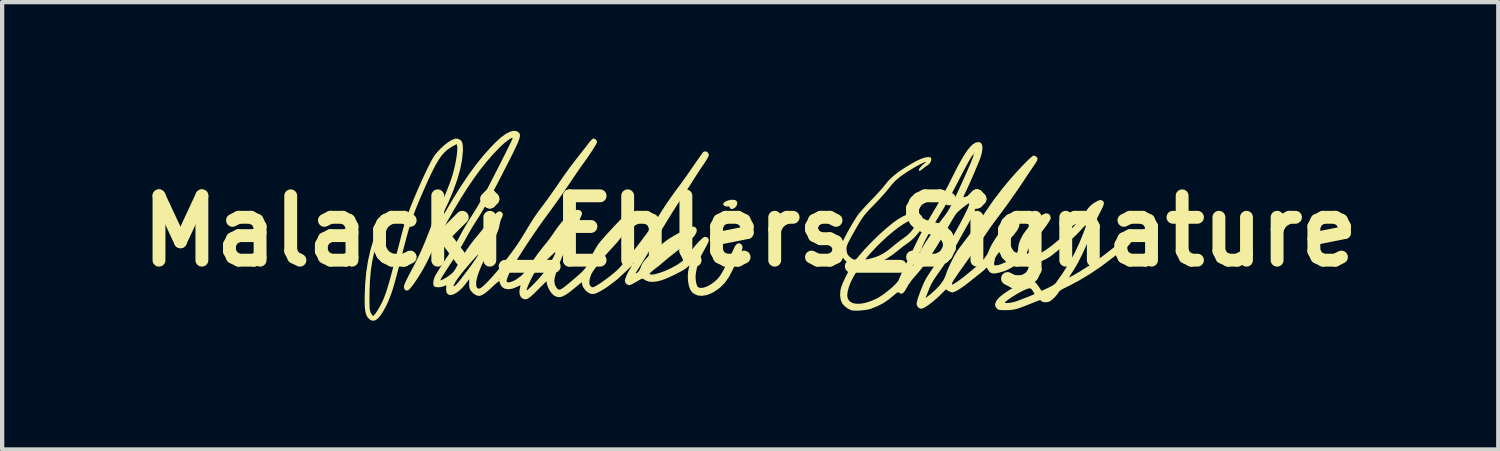
<source format=kicad_pcb>
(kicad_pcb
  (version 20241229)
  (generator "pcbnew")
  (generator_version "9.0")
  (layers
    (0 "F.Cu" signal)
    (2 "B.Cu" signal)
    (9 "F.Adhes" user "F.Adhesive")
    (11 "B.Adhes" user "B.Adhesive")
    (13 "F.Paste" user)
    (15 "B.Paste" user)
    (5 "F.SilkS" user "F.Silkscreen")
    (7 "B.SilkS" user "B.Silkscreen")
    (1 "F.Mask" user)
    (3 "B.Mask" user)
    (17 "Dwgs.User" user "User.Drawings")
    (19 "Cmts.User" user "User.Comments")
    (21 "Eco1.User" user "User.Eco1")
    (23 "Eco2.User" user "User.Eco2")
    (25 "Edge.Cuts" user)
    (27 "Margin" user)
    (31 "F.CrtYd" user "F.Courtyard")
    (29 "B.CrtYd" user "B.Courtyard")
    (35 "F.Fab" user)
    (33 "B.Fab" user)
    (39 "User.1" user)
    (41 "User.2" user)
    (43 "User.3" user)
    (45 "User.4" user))
  (footprint "Malacki_Ehlers_Signature"
    (layer "F.Cu")
    (at 14.443 2.338)
    (property "Reference" "Malacki_Ehlers_Signature" (at 0 0 0) (layer "F.SilkS") (effects (font (size 1.5 1.5) (thickness 0.3))))
    (attr board_only exclude_from_pos_files exclude_from_bom)
    (fp_poly (pts (xy -0.346 -0.721) (xy -0.311 -0.692) (xy -0.302 -0.644) (xy -0.306 -0.621) (xy -0.328 -0.575) (xy -0.363 -0.539) (xy -0.403 -0.518) (xy -0.441 -0.514) (xy -0.469 -0.531) (xy -0.477 -0.549) (xy -0.49 -0.573) (xy -0.519 -0.576) (xy -0.532 -0.573) (xy -0.573 -0.575) (xy -0.61 -0.593) (xy -0.63 -0.621) (xy -0.631 -0.628) (xy -0.615 -0.661) (xy -0.573 -0.692) (xy -0.514 -0.715) (xy -0.445 -0.729) (xy -0.408 -0.731)) (stroke (width 0) (type solid)) (fill yes) (layer "F.SilkS"))
    (fp_poly (pts (xy 5.369 -2.062) (xy 5.388 -2.046) (xy 5.41 -1.999) (xy 5.415 -1.928) (xy 5.403 -1.837) (xy 5.374 -1.73) (xy 5.368 -1.71) (xy 5.347 -1.655) (xy 5.315 -1.575) (xy 5.275 -1.479) (xy 5.229 -1.37) (xy 5.18 -1.257) (xy 5.13 -1.145) (xy 5.083 -1.04) (xy 5.041 -0.948) (xy 5.007 -0.877) (xy 4.999 -0.861) (xy 4.98 -0.819) (xy 4.971 -0.792) (xy 4.971 -0.787) (xy 4.989 -0.79) (xy 5.028 -0.803) (xy 5.082 -0.823) (xy 5.082 -0.823) (xy 5.139 -0.845) (xy 5.175 -0.855) (xy 5.199 -0.853) (xy 5.223 -0.842) (xy 5.226 -0.84) (xy 5.265 -0.795) (xy 5.283 -0.728) (xy 5.28 -0.642) (xy 5.258 -0.54) (xy 5.216 -0.424) (xy 5.156 -0.299) (xy 5.121 -0.237) (xy 5.089 -0.181) (xy 5.046 -0.105) (xy 4.996 -0.017) (xy 4.946 0.074) (xy 4.927 0.108) (xy 4.839 0.268) (xy 4.762 0.404) (xy 4.691 0.523) (xy 4.624 0.632) (xy 4.556 0.737) (xy 4.483 0.844) (xy 4.444 0.9) (xy 4.374 0.998) (xy 4.321 1.075) (xy 4.279 1.138) (xy 4.246 1.192) (xy 4.218 1.244) (xy 4.192 1.301) (xy 4.164 1.368) (xy 4.131 1.452) (xy 4.118 1.484) (xy 4.086 1.564) (xy 4.188 1.484) (xy 4.318 1.371) (xy 4.424 1.258) (xy 4.504 1.147) (xy 4.554 1.041) (xy 4.56 1.022) (xy 4.584 0.95) (xy 4.622 0.859) (xy 4.668 0.758) (xy 4.719 0.656) (xy 4.769 0.56) (xy 4.816 0.481) (xy 4.845 0.437) (xy 4.877 0.394) (xy 4.924 0.332) (xy 4.981 0.256) (xy 5.044 0.174) (xy 5.087 0.117) (xy 5.151 0.031) (xy 5.228 -0.075) (xy 5.31 -0.192) (xy 5.393 -0.312) (xy 5.471 -0.427) (xy 5.488 -0.453) (xy 5.675 -0.723) (xy 5.877 -0.987) (xy 5.967 -1.097) (xy 6.061 -1.208) (xy 6.156 -1.316) (xy 6.25 -1.419) (xy 6.338 -1.514) (xy 6.42 -1.597) (xy 6.49 -1.667) (xy 6.548 -1.719) (xy 6.59 -1.751) (xy 6.611 -1.761) (xy 6.647 -1.751) (xy 6.664 -1.74) (xy 6.69 -1.713) (xy 6.699 -1.684) (xy 6.689 -1.645) (xy 6.66 -1.593) (xy 6.62 -1.533) (xy 6.577 -1.471) (xy 6.523 -1.391) (xy 6.462 -1.301) (xy 6.402 -1.21) (xy 6.384 -1.182) (xy 6.273 -1.017) (xy 6.151 -0.84) (xy 6.025 -0.662) (xy 5.901 -0.491) (xy 5.786 -0.337) (xy 5.77 -0.316) (xy 5.703 -0.227) (xy 5.629 -0.125) (xy 5.558 -0.024) (xy 5.513 0.042) (xy 5.466 0.111) (xy 5.411 0.191) (xy 5.347 0.283) (xy 5.273 0.39) (xy 5.186 0.513) (xy 5.085 0.657) (xy 4.967 0.823) (xy 4.858 0.977) (xy 4.791 1.074) (xy 4.743 1.147) (xy 4.714 1.198) (xy 4.701 1.23) (xy 4.705 1.245) (xy 4.712 1.246) (xy 4.737 1.236) (xy 4.782 1.21) (xy 4.841 1.171) (xy 4.906 1.124) (xy 4.973 1.073) (xy 5.017 1.038) (xy 5.087 0.98) (xy 5.164 0.917) (xy 5.233 0.861) (xy 5.248 0.849) (xy 5.362 0.748) (xy 5.456 0.644) (xy 5.526 0.542) (xy 5.565 0.456) (xy 5.598 0.379) (xy 5.647 0.287) (xy 5.708 0.188) (xy 5.776 0.09) (xy 5.844 0.002) (xy 5.885 -0.045) (xy 5.947 -0.106) (xy 6.016 -0.166) (xy 6.082 -0.218) (xy 6.139 -0.256) (xy 6.17 -0.271) (xy 6.214 -0.273) (xy 6.252 -0.248) (xy 6.275 -0.204) (xy 6.279 -0.173) (xy 6.272 -0.118) (xy 6.249 -0.059) (xy 6.207 0.009) (xy 6.143 0.091) (xy 6.102 0.138) (xy 5.994 0.263) (xy 5.906 0.365) (xy 5.836 0.449) (xy 5.784 0.515) (xy 5.747 0.567) (xy 5.722 0.606) (xy 5.709 0.636) (xy 5.706 0.648) (xy 5.697 0.697) (xy 5.689 0.738) (xy 5.688 0.739) (xy 5.685 0.778) (xy 5.699 0.798) (xy 5.734 0.801) (xy 5.794 0.788) (xy 5.824 0.78) (xy 5.965 0.723) (xy 6.086 0.644) (xy 6.171 0.561) (xy 6.215 0.509) (xy 6.238 0.469) (xy 6.246 0.429) (xy 6.246 0.417) (xy 6.259 0.317) (xy 6.295 0.207) (xy 6.352 0.097) (xy 6.371 0.066) (xy 6.442 -0.031) (xy 6.521 -0.126) (xy 6.604 -0.213) (xy 6.687 -0.289) (xy 6.766 -0.351) (xy 6.836 -0.394) (xy 6.893 -0.414) (xy 6.906 -0.415) (xy 6.959 -0.401) (xy 6.994 -0.364) (xy 7.006 -0.31) (xy 7.003 -0.286) (xy 6.988 -0.253) (xy 6.954 -0.198) (xy 6.905 -0.127) (xy 6.843 -0.043) (xy 6.771 0.049) (xy 6.693 0.146) (xy 6.645 0.205) (xy 6.563 0.308) (xy 6.502 0.396) (xy 6.462 0.469) (xy 6.446 0.523) (xy 6.448 0.546) (xy 6.459 0.568) (xy 6.477 0.579) (xy 6.512 0.581) (xy 6.558 0.578) (xy 6.657 0.559) (xy 6.766 0.515) (xy 6.886 0.445) (xy 7.02 0.349) (xy 7.093 0.29) (xy 7.17 0.226) (xy 7.246 0.163) (xy 7.314 0.106) (xy 7.366 0.063) (xy 7.376 0.055) (xy 7.457 -0.018) (xy 7.548 -0.111) (xy 7.64 -0.215) (xy 7.728 -0.322) (xy 7.802 -0.422) (xy 7.814 -0.441) (xy 7.878 -0.53) (xy 7.938 -0.596) (xy 8.005 -0.649) (xy 8.086 -0.695) (xy 8.088 -0.697) (xy 8.139 -0.719) (xy 8.175 -0.724) (xy 8.199 -0.717) (xy 8.233 -0.693) (xy 8.247 -0.66) (xy 8.24 -0.613) (xy 8.213 -0.546) (xy 8.196 -0.511) (xy 8.139 -0.401) (xy 8.095 -0.311) (xy 8.06 -0.235) (xy 8.031 -0.164) (xy 8.003 -0.091) (xy 7.993 -0.063) (xy 7.914 0.149) (xy 7.828 0.356) (xy 7.738 0.55) (xy 7.648 0.727) (xy 7.56 0.881) (xy 7.514 0.951) (xy 7.478 1.006) (xy 7.452 1.05) (xy 7.439 1.075) (xy 7.439 1.08) (xy 7.458 1.072) (xy 7.499 1.05) (xy 7.558 1.017) (xy 7.629 0.976) (xy 7.659 0.959) (xy 7.933 0.787) (xy 8.213 0.588) (xy 8.372 0.465) (xy 8.499 0.366) (xy 8.604 0.287) (xy 8.687 0.23) (xy 8.747 0.195) (xy 8.784 0.183) (xy 8.785 0.183) (xy 8.819 0.196) (xy 8.848 0.224) (xy 8.865 0.257) (xy 8.862 0.283) (xy 8.849 0.306) (xy 8.824 0.333) (xy 8.779 0.372) (xy 8.723 0.417) (xy 8.693 0.439) (xy 8.624 0.49) (xy 8.541 0.552) (xy 8.457 0.617) (xy 8.406 0.657) (xy 8.172 0.832) (xy 7.927 0.997) (xy 7.679 1.147) (xy 7.437 1.276) (xy 7.349 1.319) (xy 7.277 1.355) (xy 7.229 1.386) (xy 7.197 1.417) (xy 7.18 1.443) (xy 7.13 1.512) (xy 7.061 1.581) (xy 6.994 1.634) (xy 6.948 1.653) (xy 6.892 1.66) (xy 6.838 1.657) (xy 6.8 1.641) (xy 6.794 1.636) (xy 6.769 1.615) (xy 6.757 1.611) (xy 6.736 1.617) (xy 6.69 1.634) (xy 6.626 1.658) (xy 6.551 1.689) (xy 6.53 1.697) (xy 6.409 1.746) (xy 6.312 1.782) (xy 6.232 1.809) (xy 6.162 1.826) (xy 6.098 1.837) (xy 6.032 1.842) (xy 5.957 1.844) (xy 5.954 1.844) (xy 5.877 1.843) (xy 5.825 1.84) (xy 5.792 1.834) (xy 5.77 1.823) (xy 5.753 1.807) (xy 5.717 1.756) (xy 5.709 1.709) (xy 5.722 1.668) (xy 5.939 1.668) (xy 5.95 1.676) (xy 5.987 1.678) (xy 5.999 1.678) (xy 6.056 1.672) (xy 6.126 1.659) (xy 6.171 1.647) (xy 6.219 1.631) (xy 6.282 1.608) (xy 6.355 1.58) (xy 6.431 1.551) (xy 6.503 1.523) (xy 6.564 1.498) (xy 6.608 1.479) (xy 6.627 1.469) (xy 6.622 1.453) (xy 6.603 1.419) (xy 6.588 1.394) (xy 6.563 1.36) (xy 6.539 1.34) (xy 6.509 1.335) (xy 6.466 1.345) (xy 6.405 1.37) (xy 6.352 1.395) (xy 6.294 1.424) (xy 6.225 1.463) (xy 6.15 1.509) (xy 6.078 1.555) (xy 6.015 1.598) (xy 5.969 1.633) (xy 5.948 1.652) (xy 5.939 1.668) (xy 5.722 1.668) (xy 5.727 1.654) (xy 5.73 1.646) (xy 5.763 1.595) (xy 5.812 1.542) (xy 5.88 1.485) (xy 5.972 1.42) (xy 6.03 1.382) (xy 6.17 1.297) (xy 6.297 1.233) (xy 6.41 1.189) (xy 6.507 1.166) (xy 6.583 1.165) (xy 6.625 1.178) (xy 6.652 1.201) (xy 6.689 1.243) (xy 6.727 1.295) (xy 6.728 1.295) (xy 6.794 1.394) (xy 6.942 1.326) (xy 7.017 1.289) (xy 7.077 1.253) (xy 7.116 1.222) (xy 7.122 1.215) (xy 7.291 0.974) (xy 7.437 0.743) (xy 7.562 0.516) (xy 7.671 0.284) (xy 7.737 0.125) (xy 7.778 0.019) (xy 7.807 -0.058) (xy 7.825 -0.109) (xy 7.831 -0.137) (xy 7.827 -0.144) (xy 7.811 -0.133) (xy 7.785 -0.106) (xy 7.757 -0.075) (xy 7.675 0.014) (xy 7.592 0.099) (xy 7.513 0.173) (xy 7.446 0.231) (xy 7.427 0.246) (xy 7.389 0.276) (xy 7.334 0.32) (xy 7.271 0.371) (xy 7.228 0.407) (xy 7.138 0.482) (xy 7.066 0.54) (xy 7.008 0.584) (xy 6.959 0.617) (xy 6.911 0.645) (xy 6.86 0.67) (xy 6.811 0.692) (xy 6.736 0.724) (xy 6.677 0.743) (xy 6.622 0.752) (xy 6.557 0.755) (xy 6.542 0.755) (xy 6.472 0.754) (xy 6.424 0.748) (xy 6.389 0.734) (xy 6.365 0.719) (xy 6.331 0.696) (xy 6.311 0.693) (xy 6.294 0.708) (xy 6.294 0.709) (xy 6.248 0.752) (xy 6.181 0.801) (xy 6.101 0.85) (xy 6.017 0.894) (xy 5.939 0.929) (xy 5.917 0.936) (xy 5.808 0.969) (xy 5.724 0.986) (xy 5.66 0.989) (xy 5.612 0.975) (xy 5.575 0.946) (xy 5.548 0.908) (xy 5.514 0.851) (xy 5.461 0.902) (xy 5.413 0.944) (xy 5.358 0.989) (xy 5.339 1.003) (xy 5.298 1.035) (xy 5.24 1.081) (xy 5.173 1.134) (xy 5.115 1.181) (xy 4.999 1.271) (xy 4.897 1.342) (xy 4.813 1.393) (xy 4.747 1.422) (xy 4.712 1.429) (xy 4.666 1.419) (xy 4.618 1.395) (xy 4.615 1.393) (xy 4.566 1.358) (xy 4.447 1.475) (xy 4.347 1.57) (xy 4.251 1.652) (xy 4.162 1.72) (xy 4.085 1.771) (xy 4.023 1.802) (xy 3.984 1.811) (xy 3.935 1.796) (xy 3.898 1.758) (xy 3.88 1.705) (xy 3.881 1.672) (xy 3.894 1.618) (xy 3.918 1.541) (xy 3.95 1.451) (xy 3.986 1.356) (xy 4.023 1.265) (xy 4.059 1.185) (xy 4.07 1.162) (xy 4.103 1.102) (xy 4.151 1.024) (xy 4.207 0.938) (xy 4.267 0.851) (xy 4.286 0.824) (xy 4.352 0.73) (xy 4.423 0.621) (xy 4.499 0.503) (xy 4.577 0.376) (xy 4.655 0.246) (xy 4.732 0.114) (xy 4.806 -0.017) (xy 4.876 -0.143) (xy 4.939 -0.262) (xy 4.995 -0.37) (xy 5.042 -0.465) (xy 5.077 -0.543) (xy 5.099 -0.601) (xy 5.107 -0.637) (xy 5.101 -0.648) (xy 5.08 -0.638) (xy 5.041 -0.611) (xy 4.991 -0.574) (xy 4.936 -0.53) (xy 4.884 -0.486) (xy 4.841 -0.447) (xy 4.823 -0.43) (xy 4.796 -0.395) (xy 4.758 -0.337) (xy 4.713 -0.265) (xy 4.666 -0.185) (xy 4.654 -0.164) (xy 4.495 0.115) (xy 4.346 0.363) (xy 4.207 0.58) (xy 4.078 0.765) (xy 3.959 0.919) (xy 3.873 1.019) (xy 3.767 1.142) (xy 3.687 1.256) (xy 3.657 1.31) (xy 3.61 1.391) (xy 3.569 1.441) (xy 3.532 1.461) (xy 3.495 1.454) (xy 3.475 1.439) (xy 3.459 1.428) (xy 3.441 1.428) (xy 3.416 1.442) (xy 3.376 1.474) (xy 3.338 1.507) (xy 3.219 1.603) (xy 3.102 1.681) (xy 2.974 1.747) (xy 2.826 1.807) (xy 2.807 1.814) (xy 2.744 1.83) (xy 2.662 1.843) (xy 2.573 1.852) (xy 2.485 1.856) (xy 2.409 1.854) (xy 2.355 1.845) (xy 2.353 1.845) (xy 2.278 1.809) (xy 2.207 1.756) (xy 2.151 1.695) (xy 2.141 1.68) (xy 2.11 1.6) (xy 2.096 1.503) (xy 2.101 1.398) (xy 2.117 1.321) (xy 2.138 1.262) (xy 2.171 1.183) (xy 2.212 1.094) (xy 2.257 1.004) (xy 2.301 0.921) (xy 2.339 0.856) (xy 2.37 0.806) (xy 2.29 0.751) (xy 2.2 0.673) (xy 2.14 0.582) (xy 2.11 0.479) (xy 2.112 0.368) (xy 2.118 0.338) (xy 2.133 0.295) (xy 2.163 0.229) (xy 2.205 0.146) (xy 2.256 0.05) (xy 2.312 -0.052) (xy 2.372 -0.155) (xy 2.432 -0.254) (xy 2.489 -0.344) (xy 2.497 -0.357) (xy 2.53 -0.4) (xy 2.581 -0.461) (xy 2.646 -0.534) (xy 2.72 -0.615) (xy 2.798 -0.696) (xy 2.807 -0.706) (xy 2.886 -0.787) (xy 2.96 -0.867) (xy 3.027 -0.939) (xy 3.08 -1) (xy 3.115 -1.043) (xy 3.118 -1.047) (xy 3.217 -1.169) (xy 3.329 -1.278) (xy 3.46 -1.382) (xy 3.588 -1.467) (xy 3.728 -1.552) (xy 3.846 -1.619) (xy 3.943 -1.667) (xy 4.024 -1.7) (xy 4.091 -1.718) (xy 4.114 -1.722) (xy 4.166 -1.726) (xy 4.196 -1.722) (xy 4.213 -1.707) (xy 4.217 -1.7) (xy 4.222 -1.658) (xy 4.205 -1.609) (xy 4.171 -1.562) (xy 4.13 -1.53) (xy 4.087 -1.502) (xy 4.037 -1.464) (xy 4.018 -1.448) (xy 3.979 -1.418) (xy 3.948 -1.403) (xy 3.937 -1.404) (xy 3.931 -1.424) (xy 3.946 -1.459) (xy 3.978 -1.501) (xy 4.021 -1.544) (xy 4.044 -1.563) (xy 4.084 -1.594) (xy 4.097 -1.611) (xy 4.089 -1.613) (xy 4.06 -1.604) (xy 4.015 -1.583) (xy 3.957 -1.554) (xy 3.888 -1.517) (xy 3.812 -1.474) (xy 3.732 -1.425) (xy 3.65 -1.374) (xy 3.643 -1.369) (xy 3.536 -1.297) (xy 3.45 -1.231) (xy 3.376 -1.165) (xy 3.306 -1.089) (xy 3.23 -0.995) (xy 3.211 -0.972) (xy 3.166 -0.916) (xy 3.103 -0.844) (xy 3.028 -0.762) (xy 2.948 -0.676) (xy 2.879 -0.605) (xy 2.794 -0.518) (xy 2.728 -0.447) (xy 2.675 -0.385) (xy 2.629 -0.325) (xy 2.586 -0.26) (xy 2.539 -0.185) (xy 2.522 -0.156) (xy 2.469 -0.065) (xy 2.414 0.032) (xy 2.363 0.123) (xy 2.322 0.198) (xy 2.317 0.208) (xy 2.281 0.279) (xy 2.259 0.329) (xy 2.247 0.37) (xy 2.244 0.408) (xy 2.246 0.445) (xy 2.256 0.506) (xy 2.276 0.551) (xy 2.309 0.59) (xy 2.352 0.628) (xy 2.396 0.656) (xy 2.409 0.662) (xy 2.432 0.668) (xy 2.452 0.664) (xy 2.469 0.652) (xy 2.691 0.652) (xy 2.694 0.661) (xy 2.705 0.663) (xy 2.732 0.659) (xy 2.78 0.647) (xy 2.838 0.631) (xy 2.935 0.601) (xy 3.021 0.566) (xy 3.103 0.522) (xy 3.188 0.466) (xy 3.284 0.392) (xy 3.359 0.329) (xy 3.424 0.277) (xy 3.492 0.224) (xy 3.551 0.182) (xy 3.559 0.177) (xy 3.655 0.105) (xy 3.739 0.025) (xy 3.805 -0.058) (xy 3.85 -0.138) (xy 3.87 -0.211) (xy 3.871 -0.224) (xy 3.866 -0.252) (xy 3.847 -0.264) (xy 3.813 -0.266) (xy 3.749 -0.253) (xy 3.666 -0.218) (xy 3.568 -0.161) (xy 3.457 -0.085) (xy 3.337 0.007) (xy 3.211 0.113) (xy 3.081 0.232) (xy 2.951 0.36) (xy 2.845 0.472) (xy 2.789 0.534) (xy 2.742 0.588) (xy 2.708 0.628) (xy 2.692 0.65) (xy 2.691 0.652) (xy 2.469 0.652) (xy 2.476 0.647) (xy 2.509 0.611) (xy 2.552 0.559) (xy 2.661 0.433) (xy 2.785 0.301) (xy 2.92 0.167) (xy 3.057 0.037) (xy 3.193 -0.082) (xy 3.32 -0.186) (xy 3.427 -0.264) (xy 3.545 -0.335) (xy 3.658 -0.386) (xy 3.761 -0.415) (xy 3.852 -0.422) (xy 3.927 -0.406) (xy 3.984 -0.367) (xy 4.006 -0.336) (xy 4.024 -0.274) (xy 4.024 -0.195) (xy 4.008 -0.111) (xy 3.99 -0.061) (xy 3.952 0.003) (xy 3.893 0.078) (xy 3.821 0.156) (xy 3.743 0.228) (xy 3.665 0.287) (xy 3.656 0.294) (xy 3.592 0.338) (xy 3.521 0.392) (xy 3.472 0.431) (xy 3.323 0.55) (xy 3.183 0.643) (xy 3.045 0.715) (xy 2.903 0.767) (xy 2.748 0.804) (xy 2.633 0.822) (xy 2.587 0.83) (xy 2.556 0.843) (xy 2.529 0.868) (xy 2.497 0.914) (xy 2.489 0.927) (xy 2.408 1.063) (xy 2.343 1.193) (xy 2.297 1.313) (xy 2.27 1.421) (xy 2.262 1.511) (xy 2.276 1.577) (xy 2.317 1.636) (xy 2.382 1.676) (xy 2.467 1.695) (xy 2.569 1.694) (xy 2.685 1.674) (xy 2.813 1.633) (xy 2.948 1.574) (xy 2.961 1.567) (xy 3.032 1.525) (xy 3.111 1.471) (xy 3.193 1.409) (xy 3.273 1.344) (xy 3.345 1.279) (xy 3.404 1.219) (xy 3.445 1.17) (xy 3.463 1.137) (xy 3.473 1.109) (xy 3.496 1.056) (xy 3.529 0.984) (xy 3.57 0.897) (xy 3.614 0.806) (xy 3.788 0.806) (xy 3.796 0.814) (xy 3.804 0.806) (xy 3.796 0.797) (xy 3.788 0.806) (xy 3.614 0.806) (xy 3.617 0.8) (xy 3.63 0.772) (xy 3.804 0.772) (xy 3.812 0.781) (xy 3.821 0.772) (xy 3.812 0.764) (xy 3.804 0.772) (xy 3.63 0.772) (xy 3.637 0.758) (xy 3.643 0.746) (xy 3.825 0.746) (xy 3.827 0.748) (xy 3.842 0.736) (xy 3.846 0.731) (xy 3.85 0.715) (xy 3.848 0.714) (xy 3.833 0.726) (xy 3.829 0.731) (xy 3.825 0.746) (xy 3.643 0.746) (xy 3.671 0.689) (xy 3.854 0.689) (xy 3.862 0.698) (xy 3.871 0.689) (xy 3.862 0.681) (xy 3.854 0.689) (xy 3.671 0.689) (xy 3.687 0.656) (xy 3.871 0.656) (xy 3.879 0.664) (xy 3.887 0.656) (xy 3.879 0.648) (xy 3.871 0.656) (xy 3.687 0.656) (xy 3.694 0.641) (xy 3.703 0.623) (xy 3.889 0.623) (xy 3.896 0.619) (xy 3.913 0.593) (xy 3.929 0.565) (xy 3.952 0.519) (xy 3.966 0.484) (xy 3.969 0.473) (xy 3.962 0.477) (xy 3.944 0.504) (xy 3.929 0.532) (xy 3.906 0.578) (xy 3.891 0.612) (xy 3.889 0.623) (xy 3.703 0.623) (xy 3.755 0.516) (xy 3.792 0.44) (xy 3.97 0.44) (xy 3.979 0.449) (xy 3.987 0.44) (xy 3.979 0.432) (xy 3.97 0.44) (xy 3.792 0.44) (xy 3.805 0.414) (xy 3.998 0.414) (xy 4.008 0.402) (xy 4.03 0.361) (xy 4.039 0.345) (xy 4.065 0.3) (xy 4.107 0.234) (xy 4.161 0.153) (xy 4.224 0.062) (xy 4.292 -0.033) (xy 4.36 -0.128) (xy 4.425 -0.216) (xy 4.483 -0.291) (xy 4.514 -0.33) (xy 4.553 -0.381) (xy 4.593 -0.439) (xy 4.634 -0.507) (xy 4.68 -0.59) (xy 4.731 -0.689) (xy 4.789 -0.808) (xy 4.856 -0.949) (xy 4.932 -1.116) (xy 4.987 -1.238) (xy 5.06 -1.402) (xy 5.119 -1.537) (xy 5.163 -1.643) (xy 5.193 -1.72) (xy 5.209 -1.768) (xy 5.21 -1.789) (xy 5.21 -1.789) (xy 5.197 -1.784) (xy 5.172 -1.752) (xy 5.135 -1.693) (xy 5.085 -1.607) (xy 5.023 -1.492) (xy 4.947 -1.349) (xy 4.857 -1.176) (xy 4.843 -1.147) (xy 4.776 -1.019) (xy 4.709 -0.892) (xy 4.644 -0.77) (xy 4.584 -0.66) (xy 4.532 -0.566) (xy 4.49 -0.495) (xy 4.477 -0.473) (xy 4.397 -0.343) (xy 4.318 -0.21) (xy 4.242 -0.081) (xy 4.174 0.041) (xy 4.115 0.149) (xy 4.068 0.239) (xy 4.042 0.295) (xy 4.015 0.359) (xy 4 0.399) (xy 3.998 0.414) (xy 3.805 0.414) (xy 3.815 0.392) (xy 3.87 0.279) (xy 3.915 0.186) (xy 3.917 0.183) (xy 3.958 0.1) (xy 4.014 -0.004) (xy 4.078 -0.121) (xy 4.149 -0.245) (xy 4.221 -0.369) (xy 4.268 -0.449) (xy 4.341 -0.571) (xy 4.417 -0.703) (xy 4.492 -0.837) (xy 4.561 -0.963) (xy 4.62 -1.074) (xy 4.648 -1.13) (xy 4.741 -1.318) (xy 4.823 -1.478) (xy 4.896 -1.612) (xy 4.96 -1.725) (xy 5.018 -1.817) (xy 5.019 -1.819) (xy 5.216 -1.819) (xy 5.225 -1.811) (xy 5.233 -1.819) (xy 5.225 -1.827) (xy 5.216 -1.819) (xy 5.019 -1.819) (xy 5.071 -1.893) (xy 5.121 -1.954) (xy 5.17 -2.004) (xy 5.195 -2.026) (xy 5.258 -2.064) (xy 5.318 -2.076)) (stroke (width 0) (type solid)) (fill yes) (layer "F.SilkS"))
    (fp_poly (pts (xy -5.452 -2.332) (xy -5.411 -2.309) (xy -5.391 -2.29) (xy -5.376 -2.269) (xy -5.369 -2.242) (xy -5.371 -2.207) (xy -5.381 -2.161) (xy -5.402 -2.101) (xy -5.434 -2.025) (xy -5.478 -1.931) (xy -5.534 -1.814) (xy -5.605 -1.673) (xy -5.67 -1.545) (xy -5.797 -1.297) (xy -5.911 -1.078) (xy -6.013 -0.884) (xy -6.105 -0.714) (xy -6.188 -0.566) (xy -6.263 -0.437) (xy -6.331 -0.326) (xy -6.373 -0.261) (xy -6.435 -0.164) (xy -6.504 -0.05) (xy -6.572 0.067) (xy -6.631 0.174) (xy -6.638 0.187) (xy -6.688 0.277) (xy -6.751 0.385) (xy -6.822 0.503) (xy -6.896 0.62) (xy -6.966 0.729) (xy -6.968 0.731) (xy -7.029 0.824) (xy -7.086 0.911) (xy -7.134 0.987) (xy -7.172 1.046) (xy -7.196 1.086) (xy -7.2 1.094) (xy -7.229 1.149) (xy -7.19 1.138) (xy -7.158 1.124) (xy -7.109 1.096) (xy -7.051 1.06) (xy -7.04 1.052) (xy -6.961 0.992) (xy -6.906 0.933) (xy -6.882 0.896) (xy -6.804 0.759) (xy -6.74 0.647) (xy -6.684 0.553) (xy -6.635 0.473) (xy -6.588 0.402) (xy -6.539 0.334) (xy -6.487 0.264) (xy -6.426 0.188) (xy -6.355 0.1) (xy -6.311 0.047) (xy -6.241 -0.038) (xy -6.167 -0.129) (xy -6.097 -0.214) (xy -6.039 -0.287) (xy -6.022 -0.307) (xy -5.958 -0.382) (xy -5.907 -0.432) (xy -5.867 -0.457) (xy -5.833 -0.46) (xy -5.801 -0.443) (xy -5.797 -0.44) (xy -5.773 -0.411) (xy -5.767 -0.381) (xy -5.779 -0.339) (xy -5.801 -0.294) (xy -5.823 -0.237) (xy -5.842 -0.166) (xy -5.849 -0.125) (xy -5.856 -0.086) (xy -5.869 -0.041) (xy -5.89 0.015) (xy -5.921 0.086) (xy -5.963 0.176) (xy -6.019 0.289) (xy -6.044 0.34) (xy -6.136 0.527) (xy -6.213 0.688) (xy -6.274 0.825) (xy -6.321 0.94) (xy -6.355 1.036) (xy -6.377 1.115) (xy -6.388 1.179) (xy -6.389 1.185) (xy -6.389 1.265) (xy -6.375 1.317) (xy -6.345 1.341) (xy -6.307 1.339) (xy -6.274 1.321) (xy -6.224 1.28) (xy -6.161 1.22) (xy -6.088 1.145) (xy -6.066 1.121) (xy -5.847 1.121) (xy -5.839 1.13) (xy -5.831 1.121) (xy -5.839 1.113) (xy -5.847 1.121) (xy -6.066 1.121) (xy -6.008 1.057) (xy -5.925 0.962) (xy -5.842 0.862) (xy -5.771 0.772) (xy -5.676 0.648) (xy -5.597 0.544) (xy -5.532 0.456) (xy -5.476 0.379) (xy -5.427 0.308) (xy -5.381 0.238) (xy -5.334 0.163) (xy -5.282 0.079) (xy -5.248 0.023) (xy -5.18 -0.09) (xy -5.124 -0.181) (xy -5.077 -0.257) (xy -5.033 -0.324) (xy -4.988 -0.389) (xy -4.937 -0.46) (xy -4.876 -0.542) (xy -4.805 -0.636) (xy -4.737 -0.729) (xy -4.658 -0.839) (xy -4.575 -0.957) (xy -4.496 -1.071) (xy -4.447 -1.143) (xy -4.373 -1.251) (xy -4.288 -1.37) (xy -4.201 -1.49) (xy -4.118 -1.6) (xy -4.07 -1.661) (xy -4.001 -1.749) (xy -3.93 -1.839) (xy -3.865 -1.923) (xy -3.811 -1.993) (xy -3.782 -2.031) (xy -3.73 -2.097) (xy -3.687 -2.14) (xy -3.658 -2.159) (xy -3.655 -2.16) (xy -3.613 -2.145) (xy -3.581 -2.111) (xy -3.572 -2.077) (xy -3.581 -2.051) (xy -3.607 -2.002) (xy -3.647 -1.936) (xy -3.697 -1.857) (xy -3.756 -1.769) (xy -3.819 -1.677) (xy -3.884 -1.586) (xy -3.898 -1.568) (xy -3.935 -1.517) (xy -3.986 -1.443) (xy -4.048 -1.354) (xy -4.116 -1.254) (xy -4.187 -1.149) (xy -4.232 -1.082) (xy -4.315 -0.96) (xy -4.409 -0.825) (xy -4.507 -0.686) (xy -4.603 -0.553) (xy -4.689 -0.435) (xy -4.708 -0.409) (xy -4.821 -0.255) (xy -4.945 -0.08) (xy -5.074 0.108) (xy -5.203 0.3) (xy -5.326 0.489) (xy -5.437 0.665) (xy -5.5 0.767) (xy -5.559 0.869) (xy -5.609 0.966) (xy -5.647 1.051) (xy -5.672 1.12) (xy -5.681 1.166) (xy -5.668 1.19) (xy -5.633 1.197) (xy -5.579 1.186) (xy -5.511 1.158) (xy -5.466 1.134) (xy -5.341 1.044) (xy -5.225 0.928) (xy -5.124 0.794) (xy -5.091 0.739) (xy -5.054 0.676) (xy -5.015 0.614) (xy -4.968 0.548) (xy -4.911 0.472) (xy -4.84 0.382) (xy -4.75 0.272) (xy -4.75 0.271) (xy -4.702 0.21) (xy -4.644 0.131) (xy -4.585 0.047) (xy -4.542 -0.017) (xy -4.478 -0.107) (xy -4.405 -0.198) (xy -4.328 -0.285) (xy -4.252 -0.362) (xy -4.182 -0.424) (xy -4.124 -0.466) (xy -4.111 -0.473) (xy -4.039 -0.496) (xy -3.982 -0.491) (xy -3.948 -0.468) (xy -3.927 -0.437) (xy -3.923 -0.403) (xy -3.937 -0.357) (xy -3.952 -0.324) (xy -3.976 -0.268) (xy -4.001 -0.201) (xy -4.013 -0.167) (xy -4.038 -0.101) (xy -4.072 -0.027) (xy -4.1 0.024) (xy -4.178 0.169) (xy -4.255 0.318) (xy -4.326 0.469) (xy -4.392 0.617) (xy -4.45 0.757) (xy -4.498 0.887) (xy -4.535 1) (xy -4.559 1.093) (xy -4.568 1.162) (xy -4.568 1.166) (xy -4.554 1.253) (xy -4.512 1.327) (xy -4.49 1.349) (xy -4.473 1.362) (xy -4.454 1.366) (xy -4.429 1.362) (xy -4.397 1.346) (xy -4.353 1.317) (xy -4.295 1.273) (xy -4.221 1.211) (xy -4.126 1.131) (xy -4.051 1.067) (xy -3.968 0.995) (xy -3.906 0.935) (xy -3.857 0.88) (xy -3.817 0.822) (xy -3.778 0.752) (xy -3.736 0.662) (xy -3.714 0.615) (xy -3.665 0.512) (xy -3.61 0.412) (xy -3.557 0.327) (xy -3.534 0.294) (xy -3.492 0.242) (xy -3.431 0.171) (xy -3.356 0.086) (xy -3.271 -0.007) (xy -3.18 -0.105) (xy -3.089 -0.201) (xy -3.002 -0.291) (xy -3 -0.293) (xy -2.947 -0.332) (xy -2.899 -0.34) (xy -2.858 -0.316) (xy -2.836 -0.291) (xy -2.827 -0.266) (xy -2.829 -0.231) (xy -2.842 -0.177) (xy -2.85 -0.152) (xy -2.898 -0.032) (xy -2.975 0.097) (xy -3.081 0.238) (xy -3.218 0.391) (xy -3.241 0.415) (xy -3.312 0.492) (xy -3.388 0.579) (xy -3.465 0.671) (xy -3.538 0.763) (xy -3.603 0.85) (xy -3.657 0.925) (xy -3.694 0.985) (xy -3.707 1.01) (xy -3.737 1.097) (xy -3.751 1.176) (xy -3.748 1.24) (xy -3.729 1.279) (xy -3.698 1.304) (xy -3.675 1.312) (xy -3.642 1.302) (xy -3.588 1.274) (xy -3.519 1.231) (xy -3.438 1.176) (xy -3.352 1.114) (xy -3.263 1.046) (xy -3.178 0.977) (xy -3.113 0.921) (xy -3.063 0.872) (xy -2.997 0.798) (xy -2.967 0.763) (xy -2.737 0.763) (xy -2.735 0.764) (xy -2.72 0.752) (xy -2.716 0.748) (xy -2.712 0.732) (xy -2.714 0.731) (xy -2.729 0.743) (xy -2.733 0.748) (xy -2.737 0.763) (xy -2.967 0.763) (xy -2.918 0.706) (xy -2.83 0.598) (xy -2.735 0.479) (xy -2.636 0.352) (xy -2.537 0.222) (xy -2.441 0.093) (xy -2.35 -0.032) (xy -2.268 -0.148) (xy -2.199 -0.252) (xy -2.148 -0.331) (xy -2.051 -0.488) (xy -1.957 -0.632) (xy -1.859 -0.774) (xy -1.75 -0.926) (xy -1.704 -0.988) (xy -1.634 -1.082) (xy -1.562 -1.181) (xy -1.493 -1.277) (xy -1.434 -1.36) (xy -1.404 -1.404) (xy -1.319 -1.527) (xy -1.252 -1.625) (xy -1.198 -1.701) (xy -1.158 -1.759) (xy -1.129 -1.799) (xy -1.109 -1.826) (xy -1.096 -1.841) (xy -1.089 -1.848) (xy -1.047 -1.86) (xy -1.006 -1.847) (xy -0.975 -1.814) (xy -0.964 -1.771) (xy -0.973 -1.743) (xy -0.998 -1.695) (xy -1.035 -1.634) (xy -1.078 -1.568) (xy -1.136 -1.484) (xy -1.202 -1.384) (xy -1.267 -1.285) (xy -1.307 -1.221) (xy -1.361 -1.135) (xy -1.427 -1.033) (xy -1.494 -0.929) (xy -1.557 -0.835) (xy -1.559 -0.832) (xy -1.675 -0.656) (xy -1.8 -0.461) (xy -1.925 -0.259) (xy -2.046 -0.061) (xy -2.153 0.122) (xy -2.16 0.133) (xy -2.211 0.222) (xy -2.27 0.322) (xy -2.333 0.428) (xy -2.398 0.536) (xy -2.461 0.641) (xy -2.52 0.737) (xy -2.572 0.821) (xy -2.613 0.886) (xy -2.64 0.928) (xy -2.644 0.933) (xy -2.669 0.973) (xy -2.671 0.988) (xy -2.65 0.981) (xy -2.628 0.966) (xy -2.588 0.922) (xy -2.56 0.863) (xy -2.54 0.806) (xy -2.513 0.754) (xy -2.475 0.699) (xy -2.42 0.635) (xy -2.365 0.576) (xy -2.154 0.376) (xy -1.934 0.206) (xy -1.88 0.171) (xy -1.802 0.123) (xy -1.715 0.073) (xy -1.625 0.025) (xy -1.538 -0.019) (xy -1.457 -0.057) (xy -1.39 -0.085) (xy -1.341 -0.102) (xy -1.316 -0.105) (xy -1.269 -0.079) (xy -1.248 -0.04) (xy -1.246 -0.01) (xy -1.259 0.043) (xy -1.297 0.107) (xy -1.363 0.181) (xy -1.456 0.268) (xy -1.578 0.368) (xy -1.63 0.407) (xy -1.718 0.474) (xy -1.806 0.543) (xy -1.887 0.607) (xy -1.953 0.662) (xy -1.985 0.689) (xy -2.056 0.748) (xy -2.137 0.815) (xy -2.215 0.876) (xy -2.229 0.888) (xy -2.283 0.931) (xy -2.324 0.967) (xy -2.346 0.992) (xy -2.349 1) (xy -2.322 1.013) (xy -2.27 1.013) (xy -2.197 0.999) (xy -2.109 0.973) (xy -2.008 0.937) (xy -1.901 0.891) (xy -1.827 0.855) (xy -1.684 0.775) (xy -1.568 0.689) (xy -1.473 0.593) (xy -1.403 0.499) (xy -1.357 0.433) (xy -1.302 0.364) (xy -1.243 0.295) (xy -1.185 0.233) (xy -1.132 0.181) (xy -1.089 0.147) (xy -1.062 0.133) (xy -1.061 0.133) (xy -1.006 0.145) (xy -0.972 0.177) (xy -0.964 0.211) (xy -0.972 0.244) (xy -0.994 0.296) (xy -1.027 0.359) (xy -1.046 0.393) (xy -1.139 0.564) (xy -1.206 0.727) (xy -1.251 0.89) (xy -1.271 1.007) (xy -1.274 1.076) (xy -1.269 1.15) (xy -1.257 1.22) (xy -1.239 1.276) (xy -1.218 1.308) (xy -1.218 1.308) (xy -1.167 1.326) (xy -1.1 1.322) (xy -1.021 1.297) (xy -0.936 1.254) (xy -0.85 1.194) (xy -0.78 1.132) (xy -0.743 1.093) (xy -0.711 1.053) (xy -0.68 1.007) (xy -0.646 0.949) (xy -0.606 0.874) (xy -0.557 0.775) (xy -0.539 0.737) (xy -0.492 0.641) (xy -0.449 0.55) (xy -0.411 0.471) (xy -0.382 0.41) (xy -0.365 0.372) (xy -0.365 0.371) (xy -0.33 0.317) (xy -0.287 0.288) (xy -0.243 0.286) (xy -0.204 0.312) (xy -0.186 0.341) (xy -0.179 0.384) (xy -0.192 0.446) (xy -0.225 0.53) (xy -0.278 0.636) (xy -0.284 0.648) (xy -0.313 0.703) (xy -0.349 0.778) (xy -0.388 0.858) (xy -0.408 0.902) (xy -0.496 1.07) (xy -0.595 1.21) (xy -0.71 1.324) (xy -0.842 1.416) (xy -0.896 1.445) (xy -1.014 1.492) (xy -1.125 1.51) (xy -1.225 1.501) (xy -1.311 1.463) (xy -1.359 1.424) (xy -1.4 1.362) (xy -1.43 1.275) (xy -1.449 1.173) (xy -1.456 1.061) (xy -1.449 0.949) (xy -1.428 0.844) (xy -1.414 0.797) (xy -1.484 0.857) (xy -1.532 0.892) (xy -1.604 0.935) (xy -1.693 0.982) (xy -1.791 1.031) (xy -1.89 1.077) (xy -1.984 1.117) (xy -2.066 1.146) (xy -2.066 1.147) (xy -2.179 1.175) (xy -2.283 1.185) (xy -2.371 1.177) (xy -2.438 1.151) (xy -2.445 1.147) (xy -2.483 1.122) (xy -2.512 1.108) (xy -2.516 1.108) (xy -2.537 1.116) (xy -2.579 1.138) (xy -2.634 1.17) (xy -2.66 1.185) (xy -2.721 1.22) (xy -2.775 1.247) (xy -2.813 1.261) (xy -2.822 1.263) (xy -2.866 1.248) (xy -2.903 1.213) (xy -2.922 1.169) (xy -2.923 1.159) (xy -2.913 1.111) (xy -2.888 1.044) (xy -2.852 0.967) (xy -2.808 0.887) (xy -2.762 0.814) (xy -2.762 0.81) (xy -2.783 0.827) (xy -2.82 0.862) (xy -2.87 0.912) (xy -2.899 0.941) (xy -3.114 1.138) (xy -3.342 1.309) (xy -3.455 1.38) (xy -3.541 1.428) (xy -3.608 1.456) (xy -3.663 1.468) (xy -3.712 1.464) (xy -3.724 1.461) (xy -3.785 1.431) (xy -3.843 1.381) (xy -3.889 1.321) (xy -3.916 1.26) (xy -3.92 1.23) (xy -3.924 1.203) (xy -3.928 1.196) (xy -3.943 1.206) (xy -3.979 1.234) (xy -4.029 1.275) (xy -4.091 1.326) (xy -4.107 1.34) (xy -4.214 1.425) (xy -4.302 1.486) (xy -4.378 1.525) (xy -4.443 1.541) (xy -4.501 1.536) (xy -4.558 1.512) (xy -4.591 1.49) (xy -4.64 1.439) (xy -4.686 1.369) (xy -4.722 1.292) (xy -4.741 1.228) (xy -4.751 1.169) (xy -4.955 1.372) (xy -5.04 1.456) (xy -5.107 1.517) (xy -5.159 1.558) (xy -5.202 1.582) (xy -5.238 1.591) (xy -5.273 1.587) (xy -5.297 1.579) (xy -5.346 1.542) (xy -5.375 1.482) (xy -5.382 1.405) (xy -5.377 1.374) (xy -5.212 1.374) (xy -5.207 1.38) (xy -5.19 1.37) (xy -5.157 1.341) (xy -5.106 1.292) (xy -5.093 1.279) (xy -5.026 1.211) (xy -4.954 1.135) (xy -4.889 1.064) (xy -4.867 1.038) (xy -4.806 0.961) (xy -4.741 0.866) (xy -4.676 0.765) (xy -4.618 0.664) (xy -4.571 0.575) (xy -4.552 0.532) (xy -4.544 0.508) (xy -4.542 0.495) (xy -4.549 0.494) (xy -4.568 0.507) (xy -4.601 0.537) (xy -4.651 0.584) (xy -4.72 0.652) (xy -4.778 0.71) (xy -4.863 0.794) (xy -4.928 0.86) (xy -4.978 0.913) (xy -5.015 0.957) (xy -5.045 0.998) (xy -5.07 1.041) (xy -5.096 1.091) (xy -5.116 1.133) (xy -5.151 1.207) (xy -5.18 1.274) (xy -5.201 1.327) (xy -5.209 1.354) (xy -5.212 1.374) (xy -5.377 1.374) (xy -5.367 1.316) (xy -5.358 1.28) (xy -5.357 1.263) (xy -5.357 1.263) (xy -5.374 1.269) (xy -5.411 1.287) (xy -5.446 1.304) (xy -5.548 1.344) (xy -5.639 1.357) (xy -5.718 1.345) (xy -5.781 1.308) (xy -5.82 1.253) (xy -5.838 1.208) (xy -5.847 1.173) (xy -5.847 1.169) (xy -5.859 1.169) (xy -5.889 1.191) (xy -5.937 1.23) (xy -5.997 1.285) (xy -6.011 1.299) (xy -6.104 1.385) (xy -6.181 1.447) (xy -6.244 1.487) (xy -6.297 1.508) (xy -6.328 1.512) (xy -6.39 1.497) (xy -6.454 1.456) (xy -6.507 1.401) (xy -6.533 1.362) (xy -6.547 1.323) (xy -6.553 1.272) (xy -6.553 1.229) (xy -6.553 1.119) (xy -6.639 1.235) (xy -6.715 1.325) (xy -6.791 1.397) (xy -6.865 1.449) (xy -6.933 1.481) (xy -6.993 1.492) (xy -7.041 1.48) (xy -7.075 1.446) (xy -7.091 1.389) (xy -7.091 1.347) (xy -7.088 1.299) (xy -7.087 1.286) (xy -6.917 1.286) (xy -6.9 1.283) (xy -6.871 1.262) (xy -6.835 1.226) (xy -6.812 1.2) (xy -6.737 1.106) (xy -6.66 1.005) (xy -6.583 0.903) (xy -6.51 0.804) (xy -6.446 0.713) (xy -6.393 0.636) (xy -6.355 0.576) (xy -6.339 0.548) (xy -6.342 0.545) (xy -6.363 0.564) (xy -6.4 0.602) (xy -6.45 0.657) (xy -6.511 0.726) (xy -6.58 0.806) (xy -6.651 0.889) (xy -6.745 1.005) (xy -6.822 1.108) (xy -6.879 1.194) (xy -6.913 1.26) (xy -6.916 1.267) (xy -6.917 1.286) (xy -7.087 1.286) (xy -7.087 1.268) (xy -7.087 1.263) (xy -7.102 1.268) (xy -7.137 1.282) (xy -7.149 1.287) (xy -7.219 1.307) (xy -7.291 1.311) (xy -7.35 1.3) (xy -7.36 1.295) (xy -7.385 1.264) (xy -7.392 1.212) (xy -7.383 1.144) (xy -7.359 1.071) (xy -7.34 1.033) (xy -7.305 0.974) (xy -7.259 0.898) (xy -7.204 0.81) (xy -7.143 0.716) (xy -7.121 0.683) (xy -7.047 0.571) (xy -6.989 0.482) (xy -6.943 0.411) (xy -6.906 0.354) (xy -6.876 0.306) (xy -6.85 0.261) (xy -6.824 0.215) (xy -6.796 0.164) (xy -6.764 0.102) (xy -6.742 0.061) (xy -6.688 -0.037) (xy -6.624 -0.147) (xy -6.56 -0.253) (xy -6.506 -0.337) (xy -6.451 -0.423) (xy -6.387 -0.527) (xy -6.322 -0.636) (xy -6.264 -0.738) (xy -6.254 -0.755) (xy -6.215 -0.828) (xy -6.166 -0.919) (xy -6.111 -1.024) (xy -6.05 -1.141) (xy -5.987 -1.265) (xy -5.921 -1.393) (xy -5.855 -1.522) (xy -5.791 -1.648) (xy -5.731 -1.768) (xy -5.676 -1.879) (xy -5.627 -1.977) (xy -5.588 -2.058) (xy -5.558 -2.12) (xy -5.541 -2.159) (xy -5.538 -2.171) (xy -5.56 -2.171) (xy -5.601 -2.151) (xy -5.657 -2.112) (xy -5.724 -2.059) (xy -5.796 -1.995) (xy -5.837 -1.956) (xy -5.992 -1.795) (xy -6.143 -1.621) (xy -6.294 -1.433) (xy -6.444 -1.227) (xy -6.598 -1.001) (xy -6.756 -0.751) (xy -6.92 -0.475) (xy -7.076 -0.201) (xy -7.159 -0.05) (xy -7.229 0.079) (xy -7.289 0.193) (xy -7.341 0.298) (xy -7.39 0.401) (xy -7.439 0.51) (xy -7.474 0.59) (xy -7.52 0.687) (xy -7.574 0.793) (xy -7.635 0.902) (xy -7.7 1.01) (xy -7.765 1.113) (xy -7.827 1.206) (xy -7.885 1.284) (xy -7.933 1.343) (xy -7.971 1.377) (xy -7.977 1.38) (xy -8.019 1.388) (xy -8.053 1.369) (xy -8.072 1.326) (xy -8.074 1.304) (xy -8.072 1.282) (xy -8.065 1.254) (xy -8.051 1.217) (xy -8.029 1.168) (xy -7.998 1.103) (xy -7.955 1.02) (xy -7.9 0.915) (xy -7.83 0.784) (xy -7.82 0.764) (xy -7.746 0.619) (xy -7.67 0.455) (xy -7.59 0.268) (xy -7.505 0.053) (xy -7.468 -0.042) (xy -7.425 -0.151) (xy -7.415 -0.174) (xy -7.276 -0.174) (xy -7.268 -0.166) (xy -7.26 -0.174) (xy -7.268 -0.183) (xy -7.276 -0.174) (xy -7.415 -0.174) (xy -7.401 -0.208) (xy -7.26 -0.208) (xy -7.251 -0.199) (xy -7.243 -0.208) (xy -7.251 -0.216) (xy -7.26 -0.208) (xy -7.401 -0.208) (xy -7.375 -0.271) (xy -7.322 -0.39) (xy -7.275 -0.493) (xy -7.268 -0.508) (xy -7.177 -0.701) (xy -7.092 -0.897) (xy -7.017 -1.087) (xy -6.97 -1.217) (xy -6.936 -1.327) (xy -6.905 -1.446) (xy -6.877 -1.567) (xy -6.855 -1.685) (xy -6.839 -1.793) (xy -6.831 -1.886) (xy -6.83 -1.956) (xy -6.834 -1.985) (xy -6.845 -2.028) (xy -6.93 -1.982) (xy -7.006 -1.936) (xy -7.076 -1.885) (xy -7.141 -1.823) (xy -7.203 -1.75) (xy -7.265 -1.661) (xy -7.329 -1.553) (xy -7.397 -1.424) (xy -7.472 -1.269) (xy -7.554 -1.088) (xy -7.639 -0.895) (xy -7.712 -0.726) (xy -7.775 -0.574) (xy -7.829 -0.436) (xy -7.877 -0.303) (xy -7.921 -0.172) (xy -7.963 -0.035) (xy -8.005 0.113) (xy -8.049 0.277) (xy -8.074 0.374) (xy -8.124 0.57) (xy -8.167 0.736) (xy -8.203 0.877) (xy -8.234 0.995) (xy -8.26 1.093) (xy -8.282 1.174) (xy -8.301 1.241) (xy -8.317 1.297) (xy -8.332 1.346) (xy -8.346 1.39) (xy -8.361 1.433) (xy -8.365 1.445) (xy -8.397 1.531) (xy -8.432 1.619) (xy -8.466 1.697) (xy -8.482 1.731) (xy -8.553 1.863) (xy -8.619 1.965) (xy -8.679 2.036) (xy -8.736 2.078) (xy -8.791 2.092) (xy -8.844 2.079) (xy -8.884 2.052) (xy -8.922 2.012) (xy -8.95 1.959) (xy -8.971 1.891) (xy -8.984 1.803) (xy -8.99 1.69) (xy -8.99 1.549) (xy -8.99 1.545) (xy -8.979 1.242) (xy -8.954 0.961) (xy -8.912 0.693) (xy -8.853 0.431) (xy -8.774 0.166) (xy -8.717 0) (xy -8.682 -0.094) (xy -8.656 -0.161) (xy -8.635 -0.205) (xy -8.618 -0.231) (xy -8.602 -0.243) (xy -8.592 -0.246) (xy -8.571 -0.245) (xy -8.559 -0.232) (xy -8.558 -0.204) (xy -8.566 -0.157) (xy -8.586 -0.088) (xy -8.617 0.006) (xy -8.639 0.069) (xy -8.713 0.295) (xy -8.771 0.509) (xy -8.816 0.718) (xy -8.847 0.932) (xy -8.867 1.158) (xy -8.876 1.404) (xy -8.877 1.512) (xy -8.878 1.627) (xy -8.877 1.714) (xy -8.875 1.778) (xy -8.87 1.826) (xy -8.864 1.861) (xy -8.854 1.891) (xy -8.848 1.906) (xy -8.824 1.948) (xy -8.802 1.974) (xy -8.793 1.977) (xy -8.772 1.963) (xy -8.739 1.923) (xy -8.699 1.864) (xy -8.654 1.79) (xy -8.608 1.706) (xy -8.585 1.659) (xy -8.555 1.596) (xy -8.527 1.525) (xy -8.497 1.444) (xy -8.466 1.348) (xy -8.432 1.236) (xy -8.394 1.104) (xy -8.352 0.948) (xy -8.305 0.766) (xy -8.255 0.573) (xy -8.219 0.429) (xy -8.182 0.288) (xy -8.148 0.155) (xy -8.116 0.035) (xy -8.089 -0.067) (xy -8.067 -0.146) (xy -8.054 -0.191) (xy -8.018 -0.3) (xy -7.972 -0.427) (xy -7.918 -0.568) (xy -7.857 -0.719) (xy -7.791 -0.875) (xy -7.723 -1.033) (xy -7.654 -1.187) (xy -7.586 -1.333) (xy -7.522 -1.468) (xy -7.462 -1.586) (xy -7.41 -1.683) (xy -7.366 -1.756) (xy -7.352 -1.776) (xy -7.288 -1.853) (xy -7.21 -1.933) (xy -7.126 -2.009) (xy -7.045 -2.072) (xy -6.973 -2.116) (xy -6.97 -2.118) (xy -6.912 -2.144) (xy -6.87 -2.155) (xy -6.833 -2.154) (xy -6.814 -2.15) (xy -6.765 -2.13) (xy -6.731 -2.097) (xy -6.71 -2.046) (xy -6.7 -1.972) (xy -6.699 -1.872) (xy -6.701 -1.844) (xy -6.721 -1.648) (xy -6.765 -1.433) (xy -6.831 -1.2) (xy -6.919 -0.953) (xy -7.027 -0.694) (xy -7.144 -0.448) (xy -7.18 -0.374) (xy -7.21 -0.311) (xy -7.23 -0.264) (xy -7.238 -0.24) (xy -7.238 -0.238) (xy -7.227 -0.249) (xy -7.204 -0.284) (xy -7.172 -0.336) (xy -7.134 -0.402) (xy -7.134 -0.402) (xy -6.944 -0.729) (xy -6.76 -1.025) (xy -6.58 -1.294) (xy -6.403 -1.537) (xy -6.227 -1.756) (xy -6.051 -1.953) (xy -5.93 -2.077) (xy -5.811 -2.185) (xy -5.703 -2.264) (xy -5.606 -2.315) (xy -5.523 -2.338)) (stroke (width 0) (type solid)) (fill yes) (layer "F.SilkS")))
  (gr_rect
    (start -3 -3)
    (end 31.886 7.43)
    (stroke (width 0.1) (type default))
    (fill no)
    (layer "Edge.Cuts")))
</source>
